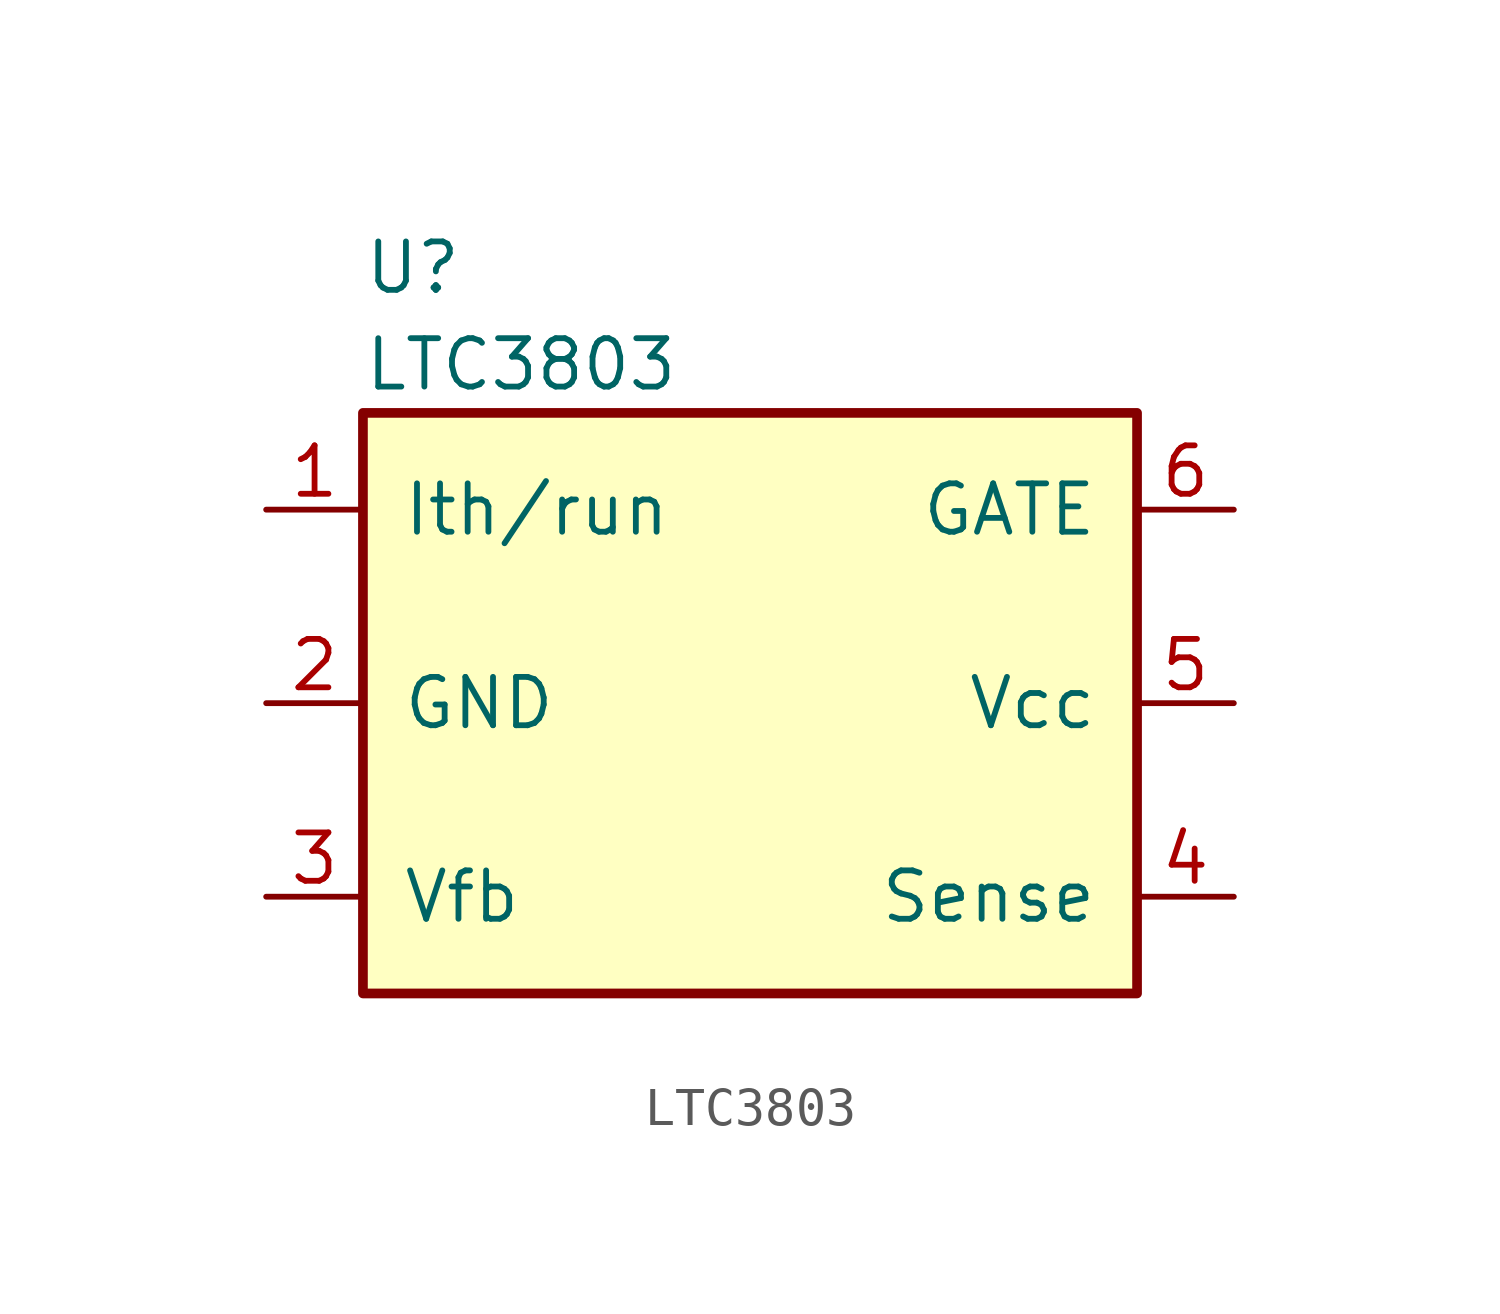
<source format=kicad_sym>
(kicad_symbol_lib
  (version 20211014)
  (generator kicad_symbol_editor)
  (symbol "LTC3803"
    (pin_names
      (offset 1.016))
    (property "Reference" "U"
      (at -10.16 11.43 0)
      (effects (font (size 1.27 1.27)) (justify left)))
    (property "Value" "LTC3803"
      (at -10.16 8.89 0)
      (effects (font (size 1.27 1.27)) (justify left)))
    (symbol "LTC3803_0_1"
      (rectangle (start -10.16 7.62) (end 10.16 -7.62) (stroke (width 0.254) (type default) (color 0 0 0 0)) (fill (type background))))
    (symbol "LTC3803_1_1"
      (pin input line (at -12.7 5.08 0) (length 2.54) (name "Ith/run" (effects (font (size 1.27 1.27)))) (number "1" (effects (font (size 1.27 1.27)))))
      (pin power_in line (at -12.7 0 0) (length 2.54) (name "GND" (effects (font (size 1.27 1.27)))) (number "2" (effects (font (size 1.27 1.27)))))
      (pin input line (at -12.7 -5.08 0) (length 2.54) (name "Vfb" (effects (font (size 1.27 1.27)))) (number "3" (effects (font (size 1.27 1.27)))))
      (pin input line (at 12.7 -5.08 180) (length 2.54) (name "Sense" (effects (font (size 1.27 1.27)))) (number "4" (effects (font (size 1.27 1.27)))))
      (pin power_in line (at 12.7 0 180) (length 2.54) (name "Vcc" (effects (font (size 1.27 1.27)))) (number "5" (effects (font (size 1.27 1.27)))))
      (pin output line (at 12.7 5.08 180) (length 2.54) (name "GATE" (effects (font (size 1.27 1.27)))) (number "6" (effects (font (size 1.27 1.27))))))))
</source>
